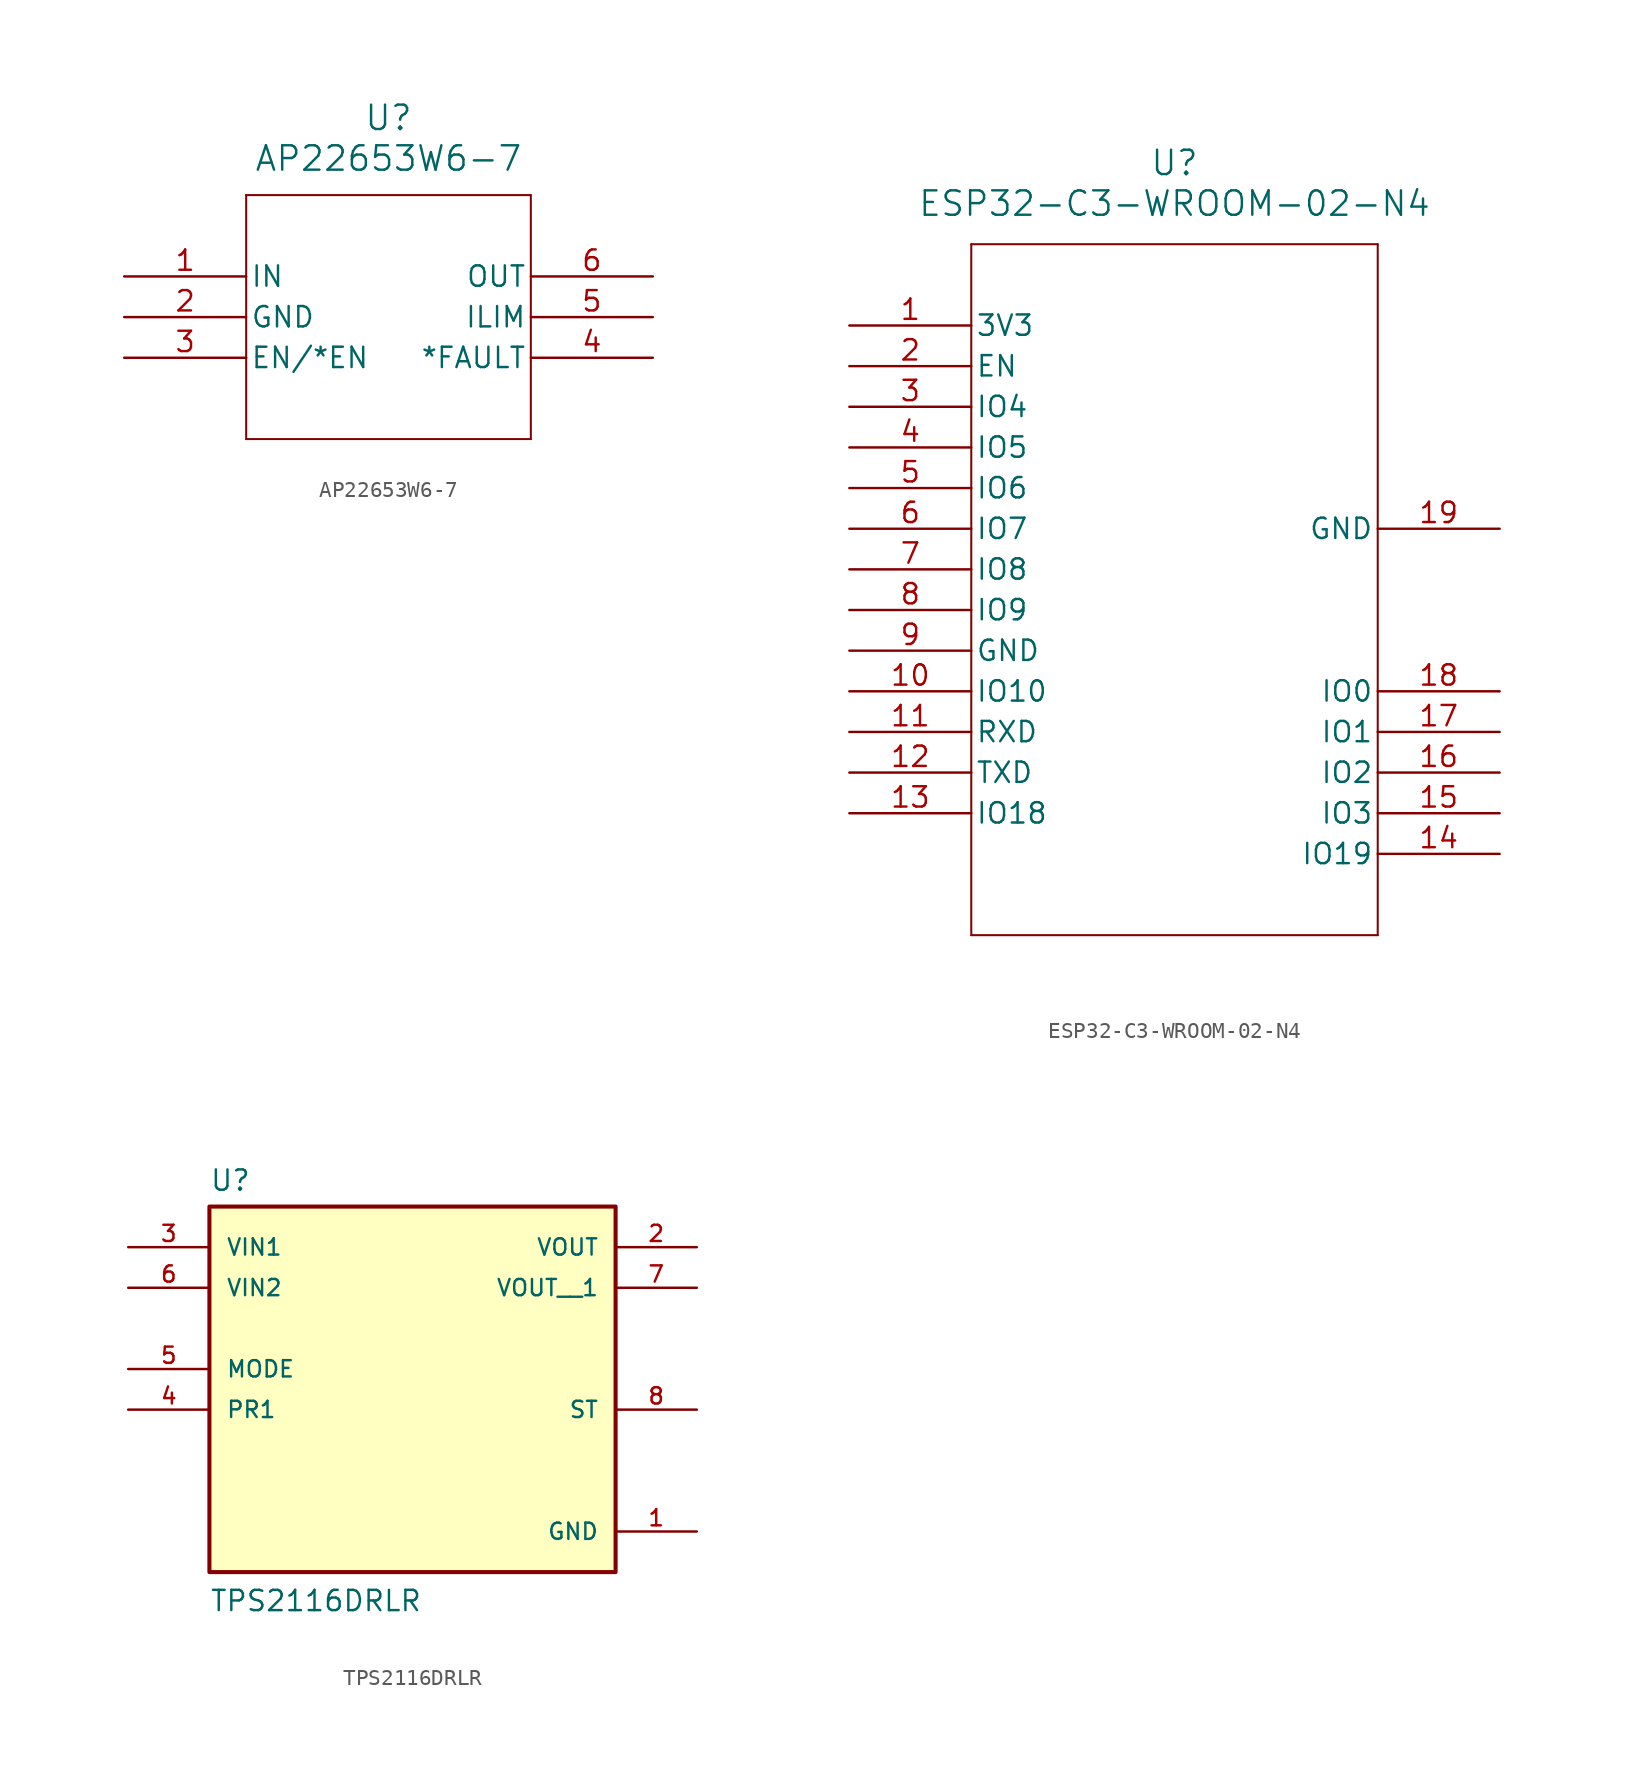
<source format=kicad_sym>
(kicad_symbol_lib
  (version 20231120)
  (generator "kicad_symbol_editor")
  (generator_version "8.0")
  (symbol "AP22653W6-7"
    (pin_names
      (offset 0.254))
    (property "Reference" "U"
      (at 16.51 9.906 0)
      (effects (font (size 1.524 1.524))))
    (property "Value" "AP22653W6-7"
      (at 16.51 7.366 0)
      (effects (font (size 1.524 1.524))))
    (symbol "AP22653W6-7_0_1"
      (polyline (pts (xy 7.62 -10.16) (xy 25.4 -10.16)) (stroke (width 0.127) (type default)) (fill (type none)))
      (polyline (pts (xy 7.62 5.08) (xy 7.62 -10.16)) (stroke (width 0.127) (type default)) (fill (type none)))
      (polyline (pts (xy 25.4 -10.16) (xy 25.4 5.08)) (stroke (width 0.127) (type default)) (fill (type none)))
      (polyline (pts (xy 25.4 5.08) (xy 7.62 5.08)) (stroke (width 0.127) (type default)) (fill (type none)))
      (pin input line (at 0 0 0) (length 7.62) (name "IN" (effects (font (size 1.27 1.27)))) (number "1" (effects (font (size 1.27 1.27)))))
      (pin power_out line (at 0 -2.54 0) (length 7.62) (name "GND" (effects (font (size 1.27 1.27)))) (number "2" (effects (font (size 1.27 1.27)))))
      (pin input line (at 0 -5.08 0) (length 7.62) (name "EN/*EN" (effects (font (size 1.27 1.27)))) (number "3" (effects (font (size 1.27 1.27)))))
      (pin output line (at 33.02 -5.08 180) (length 7.62) (name "*FAULT" (effects (font (size 1.27 1.27)))) (number "4" (effects (font (size 1.27 1.27)))))
      (pin unspecified line (at 33.02 -2.54 180) (length 7.62) (name "ILIM" (effects (font (size 1.27 1.27)))) (number "5" (effects (font (size 1.27 1.27)))))
      (pin output line (at 33.02 0 180) (length 7.62) (name "OUT" (effects (font (size 1.27 1.27)))) (number "6" (effects (font (size 1.27 1.27)))))))
  (symbol "ESP32-C3-WROOM-02-N4"
    (pin_names
      (offset 0.254))
    (property "Reference" "U"
      (at 20.32 10.16 0)
      (effects (font (size 1.524 1.524))))
    (property "Value" "ESP32-C3-WROOM-02-N4"
      (at 20.32 7.62 0)
      (effects (font (size 1.524 1.524))))
    (symbol "ESP32-C3-WROOM-02-N4_0_1"
      (polyline (pts (xy 7.62 -38.1) (xy 33.02 -38.1)) (stroke (width 0.127) (type default)) (fill (type none)))
      (polyline (pts (xy 7.62 5.08) (xy 7.62 -38.1)) (stroke (width 0.127) (type default)) (fill (type none)))
      (polyline (pts (xy 33.02 -38.1) (xy 33.02 5.08)) (stroke (width 0.127) (type default)) (fill (type none)))
      (polyline (pts (xy 33.02 5.08) (xy 7.62 5.08)) (stroke (width 0.127) (type default)) (fill (type none)))
      (pin unspecified line (at 0 0 0) (length 7.62) (name "3V3" (effects (font (size 1.27 1.27)))) (number "1" (effects (font (size 1.27 1.27)))))
      (pin bidirectional line (at 0 -22.86 0) (length 7.62) (name "IO10" (effects (font (size 1.27 1.27)))) (number "10" (effects (font (size 1.27 1.27)))))
      (pin unspecified line (at 0 -25.4 0) (length 7.62) (name "RXD" (effects (font (size 1.27 1.27)))) (number "11" (effects (font (size 1.27 1.27)))))
      (pin unspecified line (at 0 -27.94 0) (length 7.62) (name "TXD" (effects (font (size 1.27 1.27)))) (number "12" (effects (font (size 1.27 1.27)))))
      (pin bidirectional line (at 0 -30.48 0) (length 7.62) (name "IO18" (effects (font (size 1.27 1.27)))) (number "13" (effects (font (size 1.27 1.27)))))
      (pin bidirectional line (at 40.64 -33.02 180) (length 7.62) (name "IO19" (effects (font (size 1.27 1.27)))) (number "14" (effects (font (size 1.27 1.27)))))
      (pin bidirectional line (at 40.64 -30.48 180) (length 7.62) (name "IO3" (effects (font (size 1.27 1.27)))) (number "15" (effects (font (size 1.27 1.27)))))
      (pin bidirectional line (at 40.64 -27.94 180) (length 7.62) (name "IO2" (effects (font (size 1.27 1.27)))) (number "16" (effects (font (size 1.27 1.27)))))
      (pin bidirectional line (at 40.64 -25.4 180) (length 7.62) (name "IO1" (effects (font (size 1.27 1.27)))) (number "17" (effects (font (size 1.27 1.27)))))
      (pin bidirectional line (at 40.64 -22.86 180) (length 7.62) (name "IO0" (effects (font (size 1.27 1.27)))) (number "18" (effects (font (size 1.27 1.27)))))
      (pin power_out line (at 40.64 -12.7 180) (length 7.62) (name "GND" (effects (font (size 1.27 1.27)))) (number "19" (effects (font (size 1.27 1.27)))))
      (pin unspecified line (at 0 -2.54 0) (length 7.62) (name "EN" (effects (font (size 1.27 1.27)))) (number "2" (effects (font (size 1.27 1.27)))))
      (pin bidirectional line (at 0 -5.08 0) (length 7.62) (name "IO4" (effects (font (size 1.27 1.27)))) (number "3" (effects (font (size 1.27 1.27)))))
      (pin bidirectional line (at 0 -7.62 0) (length 7.62) (name "IO5" (effects (font (size 1.27 1.27)))) (number "4" (effects (font (size 1.27 1.27)))))
      (pin bidirectional line (at 0 -10.16 0) (length 7.62) (name "IO6" (effects (font (size 1.27 1.27)))) (number "5" (effects (font (size 1.27 1.27)))))
      (pin bidirectional line (at 0 -12.7 0) (length 7.62) (name "IO7" (effects (font (size 1.27 1.27)))) (number "6" (effects (font (size 1.27 1.27)))))
      (pin bidirectional line (at 0 -15.24 0) (length 7.62) (name "IO8" (effects (font (size 1.27 1.27)))) (number "7" (effects (font (size 1.27 1.27)))))
      (pin bidirectional line (at 0 -17.78 0) (length 7.62) (name "IO9" (effects (font (size 1.27 1.27)))) (number "8" (effects (font (size 1.27 1.27)))))
      (pin power_out line (at 0 -20.32 0) (length 7.62) (name "GND" (effects (font (size 1.27 1.27)))) (number "9" (effects (font (size 1.27 1.27)))))))
  (symbol "TPS2116DRLR"
    (pin_names
      (offset 1.016))
    (property "Reference" "U"
      (at -12.7 11.049 0)
      (effects (font (size 1.27 1.27)) (justify left bottom)))
    (property "Value" "TPS2116DRLR"
      (at -12.7 -15.24 0)
      (effects (font (size 1.27 1.27)) (justify left bottom)))
    (symbol "TPS2116DRLR_0_0"
      (rectangle (start -12.7 10.16) (end 12.7 -12.7) (stroke (width 0.254) (type default)) (fill (type background)))
      (pin power_in line (at 17.78 -10.16 180) (length 5.08) (name "GND" (effects (font (size 1.016 1.016)))) (number "1" (effects (font (size 1.016 1.016)))))
      (pin output line (at 17.78 7.62 180) (length 5.08) (name "VOUT" (effects (font (size 1.016 1.016)))) (number "2" (effects (font (size 1.016 1.016)))))
      (pin input line (at -17.78 7.62 0) (length 5.08) (name "VIN1" (effects (font (size 1.016 1.016)))) (number "3" (effects (font (size 1.016 1.016)))))
      (pin input line (at -17.78 -2.54 0) (length 5.08) (name "PR1" (effects (font (size 1.016 1.016)))) (number "4" (effects (font (size 1.016 1.016)))))
      (pin input line (at -17.78 0 0) (length 5.08) (name "MODE" (effects (font (size 1.016 1.016)))) (number "5" (effects (font (size 1.016 1.016)))))
      (pin input line (at -17.78 5.08 0) (length 5.08) (name "VIN2" (effects (font (size 1.016 1.016)))) (number "6" (effects (font (size 1.016 1.016)))))
      (pin output line (at 17.78 5.08 180) (length 5.08) (name "VOUT__1" (effects (font (size 1.016 1.016)))) (number "7" (effects (font (size 1.016 1.016)))))
      (pin output line (at 17.78 -2.54 180) (length 5.08) (name "ST" (effects (font (size 1.016 1.016)))) (number "8" (effects (font (size 1.016 1.016))))))))
</source>
